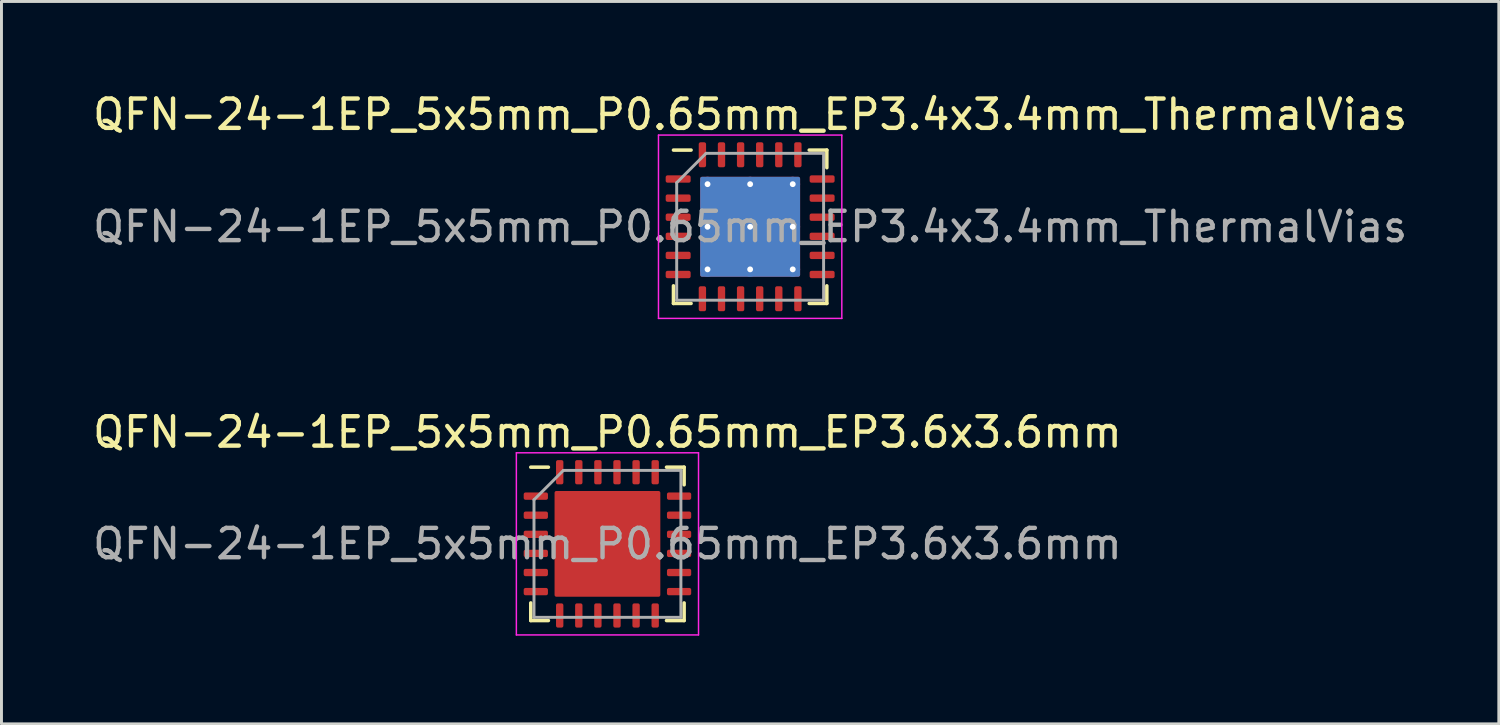
<source format=kicad_pcb>
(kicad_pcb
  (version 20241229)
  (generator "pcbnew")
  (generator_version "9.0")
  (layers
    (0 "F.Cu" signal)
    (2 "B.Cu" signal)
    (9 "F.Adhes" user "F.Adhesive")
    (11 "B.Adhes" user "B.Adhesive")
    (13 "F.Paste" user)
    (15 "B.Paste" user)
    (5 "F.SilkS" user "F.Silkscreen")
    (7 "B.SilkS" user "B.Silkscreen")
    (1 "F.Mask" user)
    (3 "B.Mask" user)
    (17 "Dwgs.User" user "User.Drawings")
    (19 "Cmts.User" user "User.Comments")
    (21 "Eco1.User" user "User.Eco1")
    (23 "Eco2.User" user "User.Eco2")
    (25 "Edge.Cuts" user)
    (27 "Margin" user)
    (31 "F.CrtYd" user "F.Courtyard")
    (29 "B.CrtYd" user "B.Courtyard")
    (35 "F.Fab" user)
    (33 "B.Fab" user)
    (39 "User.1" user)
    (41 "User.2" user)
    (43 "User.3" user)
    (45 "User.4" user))
  (footprint "QFN-24-1EP_5x5mm_P0.65mm_EP3.6x3.6mm"
    (layer "F.Cu")
    (at 17.625 15.461)
    (property "Reference" "QFN-24-1EP_5x5mm_P0.65mm_EP3.6x3.6mm" (at 0 -3.8 0) (layer "F.SilkS") (effects (font (size 1 1) (thickness 0.15))))
    (attr smd)
    (fp_line (start -2.61 2.61) (end -2.61 2.01) (stroke (width 0.12) (type solid)) (layer "F.SilkS"))
    (fp_line (start -2.01 -2.61) (end -2.61 -2.61) (stroke (width 0.12) (type solid)) (layer "F.SilkS"))
    (fp_line (start -2.01 2.61) (end -2.61 2.61) (stroke (width 0.12) (type solid)) (layer "F.SilkS"))
    (fp_line (start 2.01 -2.61) (end 2.61 -2.61) (stroke (width 0.12) (type solid)) (layer "F.SilkS"))
    (fp_line (start 2.01 2.61) (end 2.61 2.61) (stroke (width 0.12) (type solid)) (layer "F.SilkS"))
    (fp_line (start 2.61 -2.61) (end 2.61 -2.01) (stroke (width 0.12) (type solid)) (layer "F.SilkS"))
    (fp_line (start 2.61 2.61) (end 2.61 2.01) (stroke (width 0.12) (type solid)) (layer "F.SilkS"))
    (fp_line (start -3.1 -3.1) (end -3.1 3.1) (stroke (width 0.05) (type solid)) (layer "F.CrtYd"))
    (fp_line (start -3.1 3.1) (end 3.1 3.1) (stroke (width 0.05) (type solid)) (layer "F.CrtYd"))
    (fp_line (start 3.1 -3.1) (end -3.1 -3.1) (stroke (width 0.05) (type solid)) (layer "F.CrtYd"))
    (fp_line (start 3.1 3.1) (end 3.1 -3.1) (stroke (width 0.05) (type solid)) (layer "F.CrtYd"))
    (fp_line (start -2.5 -1.5) (end -1.5 -2.5) (stroke (width 0.1) (type solid)) (layer "F.Fab"))
    (fp_line (start -2.5 2.5) (end -2.5 -1.5) (stroke (width 0.1) (type solid)) (layer "F.Fab"))
    (fp_line (start -1.5 -2.5) (end 2.5 -2.5) (stroke (width 0.1) (type solid)) (layer "F.Fab"))
    (fp_line (start 2.5 -2.5) (end 2.5 2.5) (stroke (width 0.1) (type solid)) (layer "F.Fab"))
    (fp_line (start 2.5 2.5) (end -2.5 2.5) (stroke (width 0.1) (type solid)) (layer "F.Fab"))
    (fp_text user "${REFERENCE}" (at 0 0 0) (layer "F.Fab") (effects (font (size 1 1) (thickness 0.15))))
    (pad "" smd roundrect (at -1.2 -1.2) (size 0.97 0.97) (layers "F.Paste") (roundrect_rratio 0.25))
    (pad "" smd roundrect (at -1.2 0) (size 0.97 0.97) (layers "F.Paste") (roundrect_rratio 0.25))
    (pad "" smd roundrect (at -1.2 1.2) (size 0.97 0.97) (layers "F.Paste") (roundrect_rratio 0.25))
    (pad "" smd roundrect (at 0 -1.2) (size 0.97 0.97) (layers "F.Paste") (roundrect_rratio 0.25))
    (pad "" smd roundrect (at 0 0) (size 0.97 0.97) (layers "F.Paste") (roundrect_rratio 0.25))
    (pad "" smd roundrect (at 0 1.2) (size 0.97 0.97) (layers "F.Paste") (roundrect_rratio 0.25))
    (pad "" smd roundrect (at 1.2 -1.2) (size 0.97 0.97) (layers "F.Paste") (roundrect_rratio 0.25))
    (pad "" smd roundrect (at 1.2 0) (size 0.97 0.97) (layers "F.Paste") (roundrect_rratio 0.25))
    (pad "" smd roundrect (at 1.2 1.2) (size 0.97 0.97) (layers "F.Paste") (roundrect_rratio 0.25))
    (pad "1" smd roundrect (at -2.438 -1.625) (size 0.825 0.25) (layers "F.Cu" "F.Mask" "F.Paste") (roundrect_rratio 0.25))
    (pad "2" smd roundrect (at -2.438 -0.975) (size 0.825 0.25) (layers "F.Cu" "F.Mask" "F.Paste") (roundrect_rratio 0.25))
    (pad "3" smd roundrect (at -2.438 -0.325) (size 0.825 0.25) (layers "F.Cu" "F.Mask" "F.Paste") (roundrect_rratio 0.25))
    (pad "4" smd roundrect (at -2.438 0.325) (size 0.825 0.25) (layers "F.Cu" "F.Mask" "F.Paste") (roundrect_rratio 0.25))
    (pad "5" smd roundrect (at -2.438 0.975) (size 0.825 0.25) (layers "F.Cu" "F.Mask" "F.Paste") (roundrect_rratio 0.25))
    (pad "6" smd roundrect (at -2.438 1.625) (size 0.825 0.25) (layers "F.Cu" "F.Mask" "F.Paste") (roundrect_rratio 0.25))
    (pad "7" smd roundrect (at -1.625 2.438) (size 0.25 0.825) (layers "F.Cu" "F.Mask" "F.Paste") (roundrect_rratio 0.25))
    (pad "8" smd roundrect (at -0.975 2.438) (size 0.25 0.825) (layers "F.Cu" "F.Mask" "F.Paste") (roundrect_rratio 0.25))
    (pad "9" smd roundrect (at -0.325 2.438) (size 0.25 0.825) (layers "F.Cu" "F.Mask" "F.Paste") (roundrect_rratio 0.25))
    (pad "10" smd roundrect (at 0.325 2.438) (size 0.25 0.825) (layers "F.Cu" "F.Mask" "F.Paste") (roundrect_rratio 0.25))
    (pad "11" smd roundrect (at 0.975 2.438) (size 0.25 0.825) (layers "F.Cu" "F.Mask" "F.Paste") (roundrect_rratio 0.25))
    (pad "12" smd roundrect (at 1.625 2.438) (size 0.25 0.825) (layers "F.Cu" "F.Mask" "F.Paste") (roundrect_rratio 0.25))
    (pad "13" smd roundrect (at 2.438 1.625) (size 0.825 0.25) (layers "F.Cu" "F.Mask" "F.Paste") (roundrect_rratio 0.25))
    (pad "14" smd roundrect (at 2.438 0.975) (size 0.825 0.25) (layers "F.Cu" "F.Mask" "F.Paste") (roundrect_rratio 0.25))
    (pad "15" smd roundrect (at 2.438 0.325) (size 0.825 0.25) (layers "F.Cu" "F.Mask" "F.Paste") (roundrect_rratio 0.25))
    (pad "16" smd roundrect (at 2.438 -0.325) (size 0.825 0.25) (layers "F.Cu" "F.Mask" "F.Paste") (roundrect_rratio 0.25))
    (pad "17" smd roundrect (at 2.438 -0.975) (size 0.825 0.25) (layers "F.Cu" "F.Mask" "F.Paste") (roundrect_rratio 0.25))
    (pad "18" smd roundrect (at 2.438 -1.625) (size 0.825 0.25) (layers "F.Cu" "F.Mask" "F.Paste") (roundrect_rratio 0.25))
    (pad "19" smd roundrect (at 1.625 -2.438) (size 0.25 0.825) (layers "F.Cu" "F.Mask" "F.Paste") (roundrect_rratio 0.25))
    (pad "20" smd roundrect (at 0.975 -2.438) (size 0.25 0.825) (layers "F.Cu" "F.Mask" "F.Paste") (roundrect_rratio 0.25))
    (pad "21" smd roundrect (at 0.325 -2.438) (size 0.25 0.825) (layers "F.Cu" "F.Mask" "F.Paste") (roundrect_rratio 0.25))
    (pad "22" smd roundrect (at -0.325 -2.438) (size 0.25 0.825) (layers "F.Cu" "F.Mask" "F.Paste") (roundrect_rratio 0.25))
    (pad "23" smd roundrect (at -0.975 -2.438) (size 0.25 0.825) (layers "F.Cu" "F.Mask" "F.Paste") (roundrect_rratio 0.25))
    (pad "24" smd roundrect (at -1.625 -2.438) (size 0.25 0.825) (layers "F.Cu" "F.Mask" "F.Paste") (roundrect_rratio 0.25))
    (pad "25" smd roundrect (at 0 0) (size 3.6 3.6) (layers "F.Cu" "F.Mask") (roundrect_rratio 0.017)))
  (footprint "QFN-24-1EP_5x5mm_P0.65mm_EP3.4x3.4mm_ThermalVias"
    (layer "F.Cu")
    (at 22.482 4.668)
    (property "Reference" "QFN-24-1EP_5x5mm_P0.65mm_EP3.4x3.4mm_ThermalVias" (at 0 -3.82 0) (layer "F.SilkS") (effects (font (size 1 1) (thickness 0.15))))
    (attr smd)
    (fp_line (start -2.61 2.61) (end -2.61 2.01) (stroke (width 0.12) (type solid)) (layer "F.SilkS"))
    (fp_line (start -2.01 -2.61) (end -2.61 -2.61) (stroke (width 0.12) (type solid)) (layer "F.SilkS"))
    (fp_line (start -2.01 2.61) (end -2.61 2.61) (stroke (width 0.12) (type solid)) (layer "F.SilkS"))
    (fp_line (start 2.01 -2.61) (end 2.61 -2.61) (stroke (width 0.12) (type solid)) (layer "F.SilkS"))
    (fp_line (start 2.01 2.61) (end 2.61 2.61) (stroke (width 0.12) (type solid)) (layer "F.SilkS"))
    (fp_line (start 2.61 -2.61) (end 2.61 -2.01) (stroke (width 0.12) (type solid)) (layer "F.SilkS"))
    (fp_line (start 2.61 2.61) (end 2.61 2.01) (stroke (width 0.12) (type solid)) (layer "F.SilkS"))
    (fp_line (start -3.12 -3.12) (end -3.12 3.12) (stroke (width 0.05) (type solid)) (layer "F.CrtYd"))
    (fp_line (start -3.12 3.12) (end 3.12 3.12) (stroke (width 0.05) (type solid)) (layer "F.CrtYd"))
    (fp_line (start 3.12 -3.12) (end -3.12 -3.12) (stroke (width 0.05) (type solid)) (layer "F.CrtYd"))
    (fp_line (start 3.12 3.12) (end 3.12 -3.12) (stroke (width 0.05) (type solid)) (layer "F.CrtYd"))
    (fp_line (start -2.5 -1.5) (end -1.5 -2.5) (stroke (width 0.1) (type solid)) (layer "F.Fab"))
    (fp_line (start -2.5 2.5) (end -2.5 -1.5) (stroke (width 0.1) (type solid)) (layer "F.Fab"))
    (fp_line (start -1.5 -2.5) (end 2.5 -2.5) (stroke (width 0.1) (type solid)) (layer "F.Fab"))
    (fp_line (start 2.5 -2.5) (end 2.5 2.5) (stroke (width 0.1) (type solid)) (layer "F.Fab"))
    (fp_line (start 2.5 2.5) (end -2.5 2.5) (stroke (width 0.1) (type solid)) (layer "F.Fab"))
    (fp_text user "${REFERENCE}" (at 0 0 0) (layer "F.Fab") (effects (font (size 1 1) (thickness 0.15))))
    (pad "" smd roundrect (at -0.85 -0.85) (size 1.47 1.47) (layers "F.Paste") (roundrect_rratio 0.17))
    (pad "" smd roundrect (at -0.85 0.85) (size 1.47 1.47) (layers "F.Paste") (roundrect_rratio 0.17))
    (pad "" smd roundrect (at 0.85 -0.85) (size 1.47 1.47) (layers "F.Paste") (roundrect_rratio 0.17))
    (pad "" smd roundrect (at 0.85 0.85) (size 1.47 1.47) (layers "F.Paste") (roundrect_rratio 0.17))
    (pad "1" smd roundrect (at -2.45 -1.625) (size 0.85 0.25) (layers "F.Cu" "F.Mask" "F.Paste") (roundrect_rratio 0.25))
    (pad "2" smd roundrect (at -2.45 -0.975) (size 0.85 0.25) (layers "F.Cu" "F.Mask" "F.Paste") (roundrect_rratio 0.25))
    (pad "3" smd roundrect (at -2.45 -0.325) (size 0.85 0.25) (layers "F.Cu" "F.Mask" "F.Paste") (roundrect_rratio 0.25))
    (pad "4" smd roundrect (at -2.45 0.325) (size 0.85 0.25) (layers "F.Cu" "F.Mask" "F.Paste") (roundrect_rratio 0.25))
    (pad "5" smd roundrect (at -2.45 0.975) (size 0.85 0.25) (layers "F.Cu" "F.Mask" "F.Paste") (roundrect_rratio 0.25))
    (pad "6" smd roundrect (at -2.45 1.625) (size 0.85 0.25) (layers "F.Cu" "F.Mask" "F.Paste") (roundrect_rratio 0.25))
    (pad "7" smd roundrect (at -1.625 2.45) (size 0.25 0.85) (layers "F.Cu" "F.Mask" "F.Paste") (roundrect_rratio 0.25))
    (pad "8" smd roundrect (at -0.975 2.45) (size 0.25 0.85) (layers "F.Cu" "F.Mask" "F.Paste") (roundrect_rratio 0.25))
    (pad "9" smd roundrect (at -0.325 2.45) (size 0.25 0.85) (layers "F.Cu" "F.Mask" "F.Paste") (roundrect_rratio 0.25))
    (pad "10" smd roundrect (at 0.325 2.45) (size 0.25 0.85) (layers "F.Cu" "F.Mask" "F.Paste") (roundrect_rratio 0.25))
    (pad "11" smd roundrect (at 0.975 2.45) (size 0.25 0.85) (layers "F.Cu" "F.Mask" "F.Paste") (roundrect_rratio 0.25))
    (pad "12" smd roundrect (at 1.625 2.45) (size 0.25 0.85) (layers "F.Cu" "F.Mask" "F.Paste") (roundrect_rratio 0.25))
    (pad "13" smd roundrect (at 2.45 1.625) (size 0.85 0.25) (layers "F.Cu" "F.Mask" "F.Paste") (roundrect_rratio 0.25))
    (pad "14" smd roundrect (at 2.45 0.975) (size 0.85 0.25) (layers "F.Cu" "F.Mask" "F.Paste") (roundrect_rratio 0.25))
    (pad "15" smd roundrect (at 2.45 0.325) (size 0.85 0.25) (layers "F.Cu" "F.Mask" "F.Paste") (roundrect_rratio 0.25))
    (pad "16" smd roundrect (at 2.45 -0.325) (size 0.85 0.25) (layers "F.Cu" "F.Mask" "F.Paste") (roundrect_rratio 0.25))
    (pad "17" smd roundrect (at 2.45 -0.975) (size 0.85 0.25) (layers "F.Cu" "F.Mask" "F.Paste") (roundrect_rratio 0.25))
    (pad "18" smd roundrect (at 2.45 -1.625) (size 0.85 0.25) (layers "F.Cu" "F.Mask" "F.Paste") (roundrect_rratio 0.25))
    (pad "19" smd roundrect (at 1.625 -2.45) (size 0.25 0.85) (layers "F.Cu" "F.Mask" "F.Paste") (roundrect_rratio 0.25))
    (pad "20" smd roundrect (at 0.975 -2.45) (size 0.25 0.85) (layers "F.Cu" "F.Mask" "F.Paste") (roundrect_rratio 0.25))
    (pad "21" smd roundrect (at 0.325 -2.45) (size 0.25 0.85) (layers "F.Cu" "F.Mask" "F.Paste") (roundrect_rratio 0.25))
    (pad "22" smd roundrect (at -0.325 -2.45) (size 0.25 0.85) (layers "F.Cu" "F.Mask" "F.Paste") (roundrect_rratio 0.25))
    (pad "23" smd roundrect (at -0.975 -2.45) (size 0.25 0.85) (layers "F.Cu" "F.Mask" "F.Paste") (roundrect_rratio 0.25))
    (pad "24" smd roundrect (at -1.625 -2.45) (size 0.25 0.85) (layers "F.Cu" "F.Mask" "F.Paste") (roundrect_rratio 0.25))
    (pad "25" thru_hole circle (at -1.45 -1.45) (size 0.5 0.5) (drill 0.2) (layers "*.Cu"))
    (pad "25" thru_hole circle (at -1.45 0) (size 0.5 0.5) (drill 0.2) (layers "*.Cu"))
    (pad "25" thru_hole circle (at -1.45 1.45) (size 0.5 0.5) (drill 0.2) (layers "*.Cu"))
    (pad "25" thru_hole circle (at 0 -1.45) (size 0.5 0.5) (drill 0.2) (layers "*.Cu"))
    (pad "25" thru_hole circle (at 0 0) (size 0.5 0.5) (drill 0.2) (layers "*.Cu"))
    (pad "25" smd roundrect (at 0 0) (size 3.4 3.4) (layers "F.Cu" "F.Mask") (roundrect_rratio 0.018))
    (pad "25" smd roundrect (at 0 0) (size 3.4 3.4) (layers "B.Cu") (roundrect_rratio 0.018))
    (pad "25" thru_hole circle (at 0 1.45) (size 0.5 0.5) (drill 0.2) (layers "*.Cu"))
    (pad "25" thru_hole circle (at 1.45 -1.45) (size 0.5 0.5) (drill 0.2) (layers "*.Cu"))
    (pad "25" thru_hole circle (at 1.45 0) (size 0.5 0.5) (drill 0.2) (layers "*.Cu"))
    (pad "25" thru_hole circle (at 1.45 1.45) (size 0.5 0.5) (drill 0.2) (layers "*.Cu")))
  (gr_rect
    (start -3 -3)
    (end 47.964 21.587)
    (stroke (width 0.1) (type default))
    (fill no)
    (layer "Edge.Cuts")))
</source>
